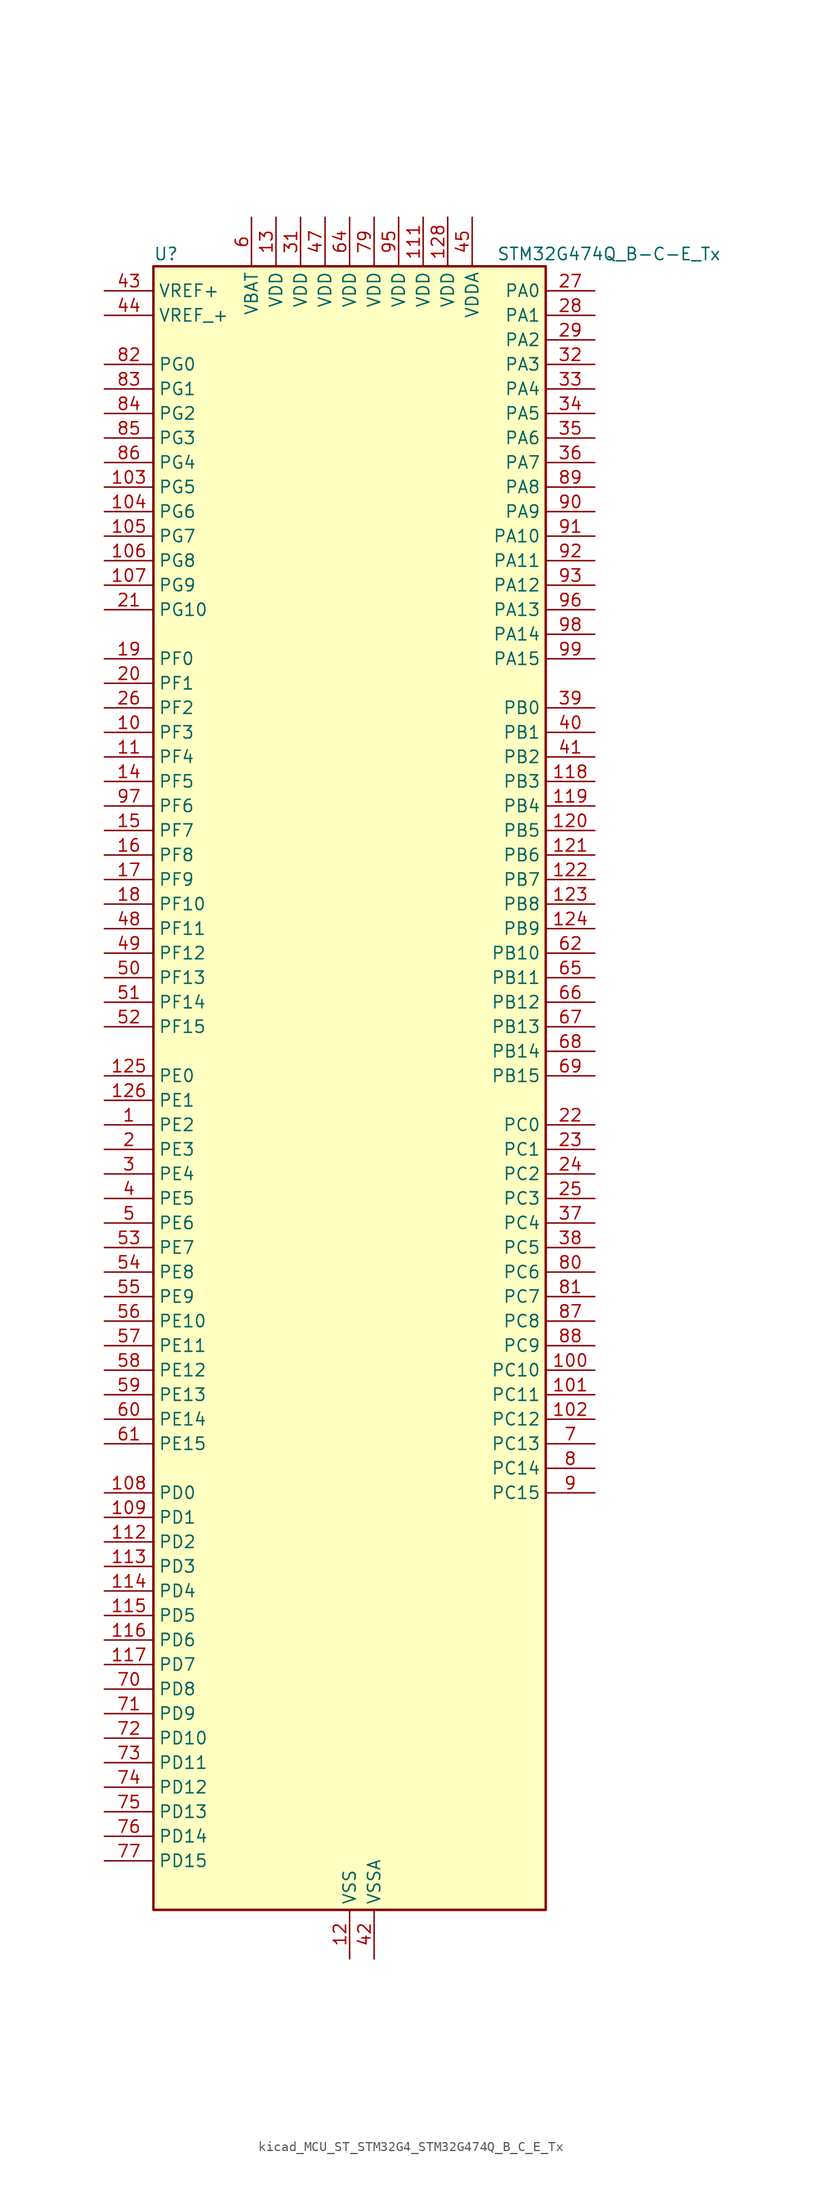
<source format=kicad_sym>
(kicad_symbol_lib
  (version 20220914)
  (generator kicad_symbol_editor)
  (symbol "kicad_MCU_ST_STM32G4_STM32G474Q_B_C_E_Tx"
    (property "Reference" "U"
      (at -20.32 87.63 0)
      (effects (font (size 1.27 1.27)) (justify left)))
    (property "Value" "STM32G474Q_B-C-E_Tx"
      (at 15.24 87.63 0)
      (effects (font (size 1.27 1.27)) (justify left)))
    (property "ki_locked" ""
      (at 0 0 0)
      (effects (font (size 1.27 1.27))))
    (symbol "kicad_MCU_ST_STM32G4_STM32G474Q_B_C_E_Tx_0_1"
      (rectangle (start -20.32 -83.82) (end 20.32 86.36) (stroke (width 0.254) (type default)) (fill (type background))))
    (symbol "kicad_MCU_ST_STM32G4_STM32G474Q_B_C_E_Tx_1_1"
      (pin bidirectional line (at -25.4 -2.54 0) (length 5.08) (name "PE2" (effects (font (size 1.27 1.27)))) (number "1" (effects (font (size 1.27 1.27)))) (alternate "ADC3_EXTI2" bidirectional line) (alternate "ADC4_EXTI2" bidirectional line) (alternate "ADC5_EXTI2" bidirectional line) (alternate "FMC_A23" bidirectional line) (alternate "SAI1_CK1" bidirectional line) (alternate "SAI1_MCLK_A" bidirectional line) (alternate "SPI4_SCK" bidirectional line) (alternate "SYS_TRACECLK" bidirectional line) (alternate "TIM20_CH1" bidirectional line) (alternate "TIM3_CH1" bidirectional line))
      (pin bidirectional line (at -25.4 38.1 0) (length 5.08) (name "PF3" (effects (font (size 1.27 1.27)))) (number "10" (effects (font (size 1.27 1.27)))) (alternate "ADC3_EXTI3" bidirectional line) (alternate "ADC4_EXTI3" bidirectional line) (alternate "ADC5_EXTI3" bidirectional line) (alternate "FMC_A3" bidirectional line) (alternate "I2C3_SCL" bidirectional line) (alternate "TIM20_CH4" bidirectional line))
      (pin bidirectional line (at 25.4 -27.94 180) (length 5.08) (name "PC10" (effects (font (size 1.27 1.27)))) (number "100" (effects (font (size 1.27 1.27)))) (alternate "DAC1_EXTI10" bidirectional line) (alternate "DAC2_EXTI10" bidirectional line) (alternate "DAC3_EXTI10" bidirectional line) (alternate "DAC4_EXTI10" bidirectional line) (alternate "HRTIM1_FLT6" bidirectional line) (alternate "I2S3_CK" bidirectional line) (alternate "SPI3_SCK" bidirectional line) (alternate "TIM8_CH1N" bidirectional line) (alternate "UART4_TX" bidirectional line) (alternate "USART3_TX" bidirectional line))
      (pin bidirectional line (at 25.4 -30.48 180) (length 5.08) (name "PC11" (effects (font (size 1.27 1.27)))) (number "101" (effects (font (size 1.27 1.27)))) (alternate "ADC1_EXTI11" bidirectional line) (alternate "ADC2_EXTI11" bidirectional line) (alternate "HRTIM1_EEV2" bidirectional line) (alternate "I2C3_SDA" bidirectional line) (alternate "SPI3_MISO" bidirectional line) (alternate "TIM8_CH2N" bidirectional line) (alternate "UART4_RX" bidirectional line) (alternate "USART3_RX" bidirectional line))
      (pin bidirectional line (at 25.4 -33.02 180) (length 5.08) (name "PC12" (effects (font (size 1.27 1.27)))) (number "102" (effects (font (size 1.27 1.27)))) (alternate "HRTIM1_EEV1" bidirectional line) (alternate "I2S3_SD" bidirectional line) (alternate "SPI3_MOSI" bidirectional line) (alternate "TIM5_CH2" bidirectional line) (alternate "TIM8_CH3N" bidirectional line) (alternate "UART5_TX" bidirectional line) (alternate "UCPD1_FRSTX1" bidirectional line) (alternate "UCPD1_FRSTX2" bidirectional line) (alternate "USART3_CK" bidirectional line))
      (pin bidirectional line (at -25.4 63.5 0) (length 5.08) (name "PG5" (effects (font (size 1.27 1.27)))) (number "103" (effects (font (size 1.27 1.27)))) (alternate "FMC_A15" bidirectional line) (alternate "LPUART1_CTS" bidirectional line) (alternate "SPI1_NSS" bidirectional line) (alternate "TIM20_ETR" bidirectional line))
      (pin bidirectional line (at -25.4 60.96 0) (length 5.08) (name "PG6" (effects (font (size 1.27 1.27)))) (number "104" (effects (font (size 1.27 1.27)))) (alternate "FMC_INT" bidirectional line) (alternate "I2C3_SMBA" bidirectional line) (alternate "LPUART1_DE" bidirectional line) (alternate "LPUART1_RTS" bidirectional line) (alternate "TIM20_BKIN" bidirectional line))
      (pin bidirectional line (at -25.4 58.42 0) (length 5.08) (name "PG7" (effects (font (size 1.27 1.27)))) (number "105" (effects (font (size 1.27 1.27)))) (alternate "FMC_INT" bidirectional line) (alternate "I2C3_SCL" bidirectional line) (alternate "LPUART1_TX" bidirectional line) (alternate "SAI1_CK1" bidirectional line) (alternate "SAI1_MCLK_A" bidirectional line))
      (pin bidirectional line (at -25.4 55.88 0) (length 5.08) (name "PG8" (effects (font (size 1.27 1.27)))) (number "106" (effects (font (size 1.27 1.27)))) (alternate "FMC_NE3" bidirectional line) (alternate "I2C3_SDA" bidirectional line) (alternate "LPUART1_RX" bidirectional line))
      (pin bidirectional line (at -25.4 53.34 0) (length 5.08) (name "PG9" (effects (font (size 1.27 1.27)))) (number "107" (effects (font (size 1.27 1.27)))) (alternate "DAC1_EXTI9" bidirectional line) (alternate "DAC2_EXTI9" bidirectional line) (alternate "DAC3_EXTI9" bidirectional line) (alternate "DAC4_EXTI9" bidirectional line) (alternate "FMC_NCE" bidirectional line) (alternate "FMC_NE2" bidirectional line) (alternate "SPI3_SCK" bidirectional line) (alternate "TIM15_CH1N" bidirectional line) (alternate "USART1_TX" bidirectional line))
      (pin bidirectional line (at -25.4 -40.64 0) (length 5.08) (name "PD0" (effects (font (size 1.27 1.27)))) (number "108" (effects (font (size 1.27 1.27)))) (alternate "FDCAN1_RX" bidirectional line) (alternate "FMC_D2" bidirectional line) (alternate "FMC_DA2" bidirectional line) (alternate "TIM8_CH4N" bidirectional line))
      (pin bidirectional line (at -25.4 -43.18 0) (length 5.08) (name "PD1" (effects (font (size 1.27 1.27)))) (number "109" (effects (font (size 1.27 1.27)))) (alternate "FDCAN1_TX" bidirectional line) (alternate "FMC_D3" bidirectional line) (alternate "FMC_DA3" bidirectional line) (alternate "TIM8_BKIN2" bidirectional line) (alternate "TIM8_CH4" bidirectional line))
      (pin bidirectional line (at -25.4 35.56 0) (length 5.08) (name "PF4" (effects (font (size 1.27 1.27)))) (number "11" (effects (font (size 1.27 1.27)))) (alternate "COMP1_OUT" bidirectional line) (alternate "FMC_A4" bidirectional line) (alternate "I2C3_SDA" bidirectional line) (alternate "TIM20_CH1N" bidirectional line))
      (pin passive line (at 0 -88.9 90) (length 5.08) hide (name "VSS" (effects (font (size 1.27 1.27)))) (number "110" (effects (font (size 1.27 1.27)))))
      (pin power_in line (at 7.62 91.44 270) (length 5.08) (name "VDD" (effects (font (size 1.27 1.27)))) (number "111" (effects (font (size 1.27 1.27)))))
      (pin bidirectional line (at -25.4 -45.72 0) (length 5.08) (name "PD2" (effects (font (size 1.27 1.27)))) (number "112" (effects (font (size 1.27 1.27)))) (alternate "ADC3_EXTI2" bidirectional line) (alternate "ADC4_EXTI2" bidirectional line) (alternate "ADC5_EXTI2" bidirectional line) (alternate "TIM3_ETR" bidirectional line) (alternate "TIM8_BKIN" bidirectional line) (alternate "UART5_RX" bidirectional line))
      (pin bidirectional line (at -25.4 -48.26 0) (length 5.08) (name "PD3" (effects (font (size 1.27 1.27)))) (number "113" (effects (font (size 1.27 1.27)))) (alternate "ADC3_EXTI3" bidirectional line) (alternate "ADC4_EXTI3" bidirectional line) (alternate "ADC5_EXTI3" bidirectional line) (alternate "FMC_CLK" bidirectional line) (alternate "QUADSPI1_BK2_NCS" bidirectional line) (alternate "TIM2_CH1" bidirectional line) (alternate "TIM2_ETR" bidirectional line) (alternate "USART2_CTS" bidirectional line) (alternate "USART2_NSS" bidirectional line))
      (pin bidirectional line (at -25.4 -50.8 0) (length 5.08) (name "PD4" (effects (font (size 1.27 1.27)))) (number "114" (effects (font (size 1.27 1.27)))) (alternate "FMC_NOE" bidirectional line) (alternate "QUADSPI1_BK2_IO0" bidirectional line) (alternate "TIM2_CH2" bidirectional line) (alternate "USART2_DE" bidirectional line) (alternate "USART2_RTS" bidirectional line))
      (pin bidirectional line (at -25.4 -53.34 0) (length 5.08) (name "PD5" (effects (font (size 1.27 1.27)))) (number "115" (effects (font (size 1.27 1.27)))) (alternate "FMC_NWE" bidirectional line) (alternate "QUADSPI1_BK2_IO1" bidirectional line) (alternate "USART2_TX" bidirectional line))
      (pin bidirectional line (at -25.4 -55.88 0) (length 5.08) (name "PD6" (effects (font (size 1.27 1.27)))) (number "116" (effects (font (size 1.27 1.27)))) (alternate "FMC_NWAIT" bidirectional line) (alternate "QUADSPI1_BK2_IO2" bidirectional line) (alternate "SAI1_D1" bidirectional line) (alternate "SAI1_SD_A" bidirectional line) (alternate "TIM2_CH4" bidirectional line) (alternate "USART2_RX" bidirectional line))
      (pin bidirectional line (at -25.4 -58.42 0) (length 5.08) (name "PD7" (effects (font (size 1.27 1.27)))) (number "117" (effects (font (size 1.27 1.27)))) (alternate "FMC_NCE" bidirectional line) (alternate "FMC_NE1" bidirectional line) (alternate "QUADSPI1_BK2_IO3" bidirectional line) (alternate "TIM2_CH3" bidirectional line) (alternate "USART2_CK" bidirectional line))
      (pin bidirectional line (at 25.4 33.02 180) (length 5.08) (name "PB3" (effects (font (size 1.27 1.27)))) (number "118" (effects (font (size 1.27 1.27)))) (alternate "ADC3_EXTI3" bidirectional line) (alternate "ADC4_EXTI3" bidirectional line) (alternate "ADC5_EXTI3" bidirectional line) (alternate "CRS_SYNC" bidirectional line) (alternate "FDCAN3_RX" bidirectional line) (alternate "HRTIM1_EEV9" bidirectional line) (alternate "HRTIM1_SCOUT" bidirectional line) (alternate "I2S3_CK" bidirectional line) (alternate "SAI1_SCK_B" bidirectional line) (alternate "SPI1_SCK" bidirectional line) (alternate "SPI3_SCK" bidirectional line) (alternate "SYS_JTDO-SWO" bidirectional line) (alternate "TIM2_CH2" bidirectional line) (alternate "TIM3_ETR" bidirectional line) (alternate "TIM4_ETR" bidirectional line) (alternate "TIM8_CH1N" bidirectional line) (alternate "USART2_TX" bidirectional line))
      (pin bidirectional line (at 25.4 30.48 180) (length 5.08) (name "PB4" (effects (font (size 1.27 1.27)))) (number "119" (effects (font (size 1.27 1.27)))) (alternate "FDCAN3_TX" bidirectional line) (alternate "HRTIM1_EEV7" bidirectional line) (alternate "SAI1_MCLK_B" bidirectional line) (alternate "SPI1_MISO" bidirectional line) (alternate "SPI3_MISO" bidirectional line) (alternate "SYS_JTRST" bidirectional line) (alternate "TIM16_CH1" bidirectional line) (alternate "TIM17_BKIN" bidirectional line) (alternate "TIM3_CH1" bidirectional line) (alternate "TIM8_CH2N" bidirectional line) (alternate "UART5_DE" bidirectional line) (alternate "UART5_RTS" bidirectional line) (alternate "UCPD1_CC2" bidirectional line) (alternate "USART2_RX" bidirectional line))
      (pin power_in line (at 0 -88.9 90) (length 5.08) (name "VSS" (effects (font (size 1.27 1.27)))) (number "12" (effects (font (size 1.27 1.27)))))
      (pin bidirectional line (at 25.4 27.94 180) (length 5.08) (name "PB5" (effects (font (size 1.27 1.27)))) (number "120" (effects (font (size 1.27 1.27)))) (alternate "FDCAN2_RX" bidirectional line) (alternate "HRTIM1_EEV6" bidirectional line) (alternate "I2C1_SMBA" bidirectional line) (alternate "I2C3_SDA" bidirectional line) (alternate "I2S3_SD" bidirectional line) (alternate "LPTIM1_IN1" bidirectional line) (alternate "SAI1_SD_B" bidirectional line) (alternate "SPI1_MOSI" bidirectional line) (alternate "SPI3_MOSI" bidirectional line) (alternate "TIM16_BKIN" bidirectional line) (alternate "TIM17_CH1" bidirectional line) (alternate "TIM3_CH2" bidirectional line) (alternate "TIM8_CH3N" bidirectional line) (alternate "UART5_CTS" bidirectional line) (alternate "USART2_CK" bidirectional line))
      (pin bidirectional line (at 25.4 25.4 180) (length 5.08) (name "PB6" (effects (font (size 1.27 1.27)))) (number "121" (effects (font (size 1.27 1.27)))) (alternate "COMP4_OUT" bidirectional line) (alternate "FDCAN2_TX" bidirectional line) (alternate "HRTIM1_EEV4" bidirectional line) (alternate "HRTIM1_SCIN" bidirectional line) (alternate "LPTIM1_ETR" bidirectional line) (alternate "SAI1_FS_B" bidirectional line) (alternate "TIM16_CH1N" bidirectional line) (alternate "TIM4_CH1" bidirectional line) (alternate "TIM8_BKIN2" bidirectional line) (alternate "TIM8_CH1" bidirectional line) (alternate "TIM8_ETR" bidirectional line) (alternate "UCPD1_CC1" bidirectional line) (alternate "USART1_TX" bidirectional line))
      (pin bidirectional line (at 25.4 22.86 180) (length 5.08) (name "PB7" (effects (font (size 1.27 1.27)))) (number "122" (effects (font (size 1.27 1.27)))) (alternate "COMP3_OUT" bidirectional line) (alternate "FMC_NL" bidirectional line) (alternate "HRTIM1_EEV3" bidirectional line) (alternate "I2C1_SDA" bidirectional line) (alternate "I2C4_SDA" bidirectional line) (alternate "LPTIM1_IN2" bidirectional line) (alternate "SYS_PVD_IN" bidirectional line) (alternate "TIM17_CH1N" bidirectional line) (alternate "TIM3_CH4" bidirectional line) (alternate "TIM4_CH2" bidirectional line) (alternate "TIM8_BKIN" bidirectional line) (alternate "UART4_CTS" bidirectional line) (alternate "USART1_RX" bidirectional line))
      (pin bidirectional line (at 25.4 20.32 180) (length 5.08) (name "PB8" (effects (font (size 1.27 1.27)))) (number "123" (effects (font (size 1.27 1.27)))) (alternate "COMP1_OUT" bidirectional line) (alternate "FDCAN1_RX" bidirectional line) (alternate "HRTIM1_EEV8" bidirectional line) (alternate "I2C1_SCL" bidirectional line) (alternate "SAI1_CK1" bidirectional line) (alternate "SAI1_MCLK_A" bidirectional line) (alternate "TIM16_CH1" bidirectional line) (alternate "TIM1_BKIN" bidirectional line) (alternate "TIM4_CH3" bidirectional line) (alternate "TIM8_CH2" bidirectional line) (alternate "USART3_RX" bidirectional line))
      (pin bidirectional line (at 25.4 17.78 180) (length 5.08) (name "PB9" (effects (font (size 1.27 1.27)))) (number "124" (effects (font (size 1.27 1.27)))) (alternate "COMP2_OUT" bidirectional line) (alternate "DAC1_EXTI9" bidirectional line) (alternate "DAC2_EXTI9" bidirectional line) (alternate "DAC3_EXTI9" bidirectional line) (alternate "DAC4_EXTI9" bidirectional line) (alternate "FDCAN1_TX" bidirectional line) (alternate "HRTIM1_EEV5" bidirectional line) (alternate "I2C1_SDA" bidirectional line) (alternate "IR_OUT" bidirectional line) (alternate "SAI1_D2" bidirectional line) (alternate "SAI1_FS_A" bidirectional line) (alternate "TIM17_CH1" bidirectional line) (alternate "TIM1_CH3N" bidirectional line) (alternate "TIM4_CH4" bidirectional line) (alternate "TIM8_CH3" bidirectional line) (alternate "USART3_TX" bidirectional line))
      (pin bidirectional line (at -25.4 2.54 0) (length 5.08) (name "PE0" (effects (font (size 1.27 1.27)))) (number "125" (effects (font (size 1.27 1.27)))) (alternate "FMC_NBL0" bidirectional line) (alternate "TIM16_CH1" bidirectional line) (alternate "TIM20_CH4N" bidirectional line) (alternate "TIM20_ETR" bidirectional line) (alternate "TIM4_ETR" bidirectional line) (alternate "USART1_TX" bidirectional line))
      (pin bidirectional line (at -25.4 0 0) (length 5.08) (name "PE1" (effects (font (size 1.27 1.27)))) (number "126" (effects (font (size 1.27 1.27)))) (alternate "FMC_NBL1" bidirectional line) (alternate "TIM17_CH1" bidirectional line) (alternate "TIM20_CH4" bidirectional line) (alternate "USART1_RX" bidirectional line))
      (pin passive line (at 0 -88.9 90) (length 5.08) hide (name "VSS" (effects (font (size 1.27 1.27)))) (number "127" (effects (font (size 1.27 1.27)))))
      (pin power_in line (at 10.16 91.44 270) (length 5.08) (name "VDD" (effects (font (size 1.27 1.27)))) (number "128" (effects (font (size 1.27 1.27)))))
      (pin power_in line (at -7.62 91.44 270) (length 5.08) (name "VDD" (effects (font (size 1.27 1.27)))) (number "13" (effects (font (size 1.27 1.27)))))
      (pin bidirectional line (at -25.4 33.02 0) (length 5.08) (name "PF5" (effects (font (size 1.27 1.27)))) (number "14" (effects (font (size 1.27 1.27)))) (alternate "FMC_A5" bidirectional line) (alternate "TIM20_CH2N" bidirectional line))
      (pin bidirectional line (at -25.4 27.94 0) (length 5.08) (name "PF7" (effects (font (size 1.27 1.27)))) (number "15" (effects (font (size 1.27 1.27)))) (alternate "FMC_A1" bidirectional line) (alternate "QUADSPI1_BK1_IO2" bidirectional line) (alternate "SAI1_MCLK_B" bidirectional line) (alternate "TIM20_BKIN" bidirectional line) (alternate "TIM5_CH2" bidirectional line))
      (pin bidirectional line (at -25.4 25.4 0) (length 5.08) (name "PF8" (effects (font (size 1.27 1.27)))) (number "16" (effects (font (size 1.27 1.27)))) (alternate "FMC_A24" bidirectional line) (alternate "QUADSPI1_BK1_IO0" bidirectional line) (alternate "SAI1_SCK_B" bidirectional line) (alternate "TIM20_BKIN2" bidirectional line) (alternate "TIM5_CH3" bidirectional line))
      (pin bidirectional line (at -25.4 22.86 0) (length 5.08) (name "PF9" (effects (font (size 1.27 1.27)))) (number "17" (effects (font (size 1.27 1.27)))) (alternate "DAC1_EXTI9" bidirectional line) (alternate "DAC2_EXTI9" bidirectional line) (alternate "DAC3_EXTI9" bidirectional line) (alternate "DAC4_EXTI9" bidirectional line) (alternate "FMC_A25" bidirectional line) (alternate "QUADSPI1_BK1_IO1" bidirectional line) (alternate "SAI1_FS_B" bidirectional line) (alternate "SPI2_SCK" bidirectional line) (alternate "TIM15_CH1" bidirectional line) (alternate "TIM20_BKIN" bidirectional line) (alternate "TIM5_CH4" bidirectional line))
      (pin bidirectional line (at -25.4 20.32 0) (length 5.08) (name "PF10" (effects (font (size 1.27 1.27)))) (number "18" (effects (font (size 1.27 1.27)))) (alternate "DAC1_EXTI10" bidirectional line) (alternate "DAC2_EXTI10" bidirectional line) (alternate "DAC3_EXTI10" bidirectional line) (alternate "DAC4_EXTI10" bidirectional line) (alternate "FMC_A0" bidirectional line) (alternate "QUADSPI1_CLK" bidirectional line) (alternate "SAI1_D3" bidirectional line) (alternate "SPI2_SCK" bidirectional line) (alternate "TIM15_CH2" bidirectional line) (alternate "TIM20_BKIN2" bidirectional line))
      (pin bidirectional line (at -25.4 45.72 0) (length 5.08) (name "PF0" (effects (font (size 1.27 1.27)))) (number "19" (effects (font (size 1.27 1.27)))) (alternate "ADC1_IN10" bidirectional line) (alternate "I2C2_SDA" bidirectional line) (alternate "I2S2_WS" bidirectional line) (alternate "RCC_OSC_IN" bidirectional line) (alternate "SPI2_NSS" bidirectional line) (alternate "TIM1_CH3N" bidirectional line))
      (pin bidirectional line (at -25.4 -5.08 0) (length 5.08) (name "PE3" (effects (font (size 1.27 1.27)))) (number "2" (effects (font (size 1.27 1.27)))) (alternate "ADC3_EXTI3" bidirectional line) (alternate "ADC4_EXTI3" bidirectional line) (alternate "ADC5_EXTI3" bidirectional line) (alternate "FMC_A19" bidirectional line) (alternate "SAI1_SD_B" bidirectional line) (alternate "SPI4_NSS" bidirectional line) (alternate "SYS_TRACED0" bidirectional line) (alternate "TIM20_CH2" bidirectional line) (alternate "TIM3_CH2" bidirectional line))
      (pin bidirectional line (at -25.4 43.18 0) (length 5.08) (name "PF1" (effects (font (size 1.27 1.27)))) (number "20" (effects (font (size 1.27 1.27)))) (alternate "ADC2_IN10" bidirectional line) (alternate "COMP3_INM" bidirectional line) (alternate "I2S2_CK" bidirectional line) (alternate "RCC_OSC_OUT" bidirectional line) (alternate "SPI2_SCK" bidirectional line))
      (pin bidirectional line (at -25.4 50.8 0) (length 5.08) (name "PG10" (effects (font (size 1.27 1.27)))) (number "21" (effects (font (size 1.27 1.27)))) (alternate "DAC1_EXTI10" bidirectional line) (alternate "DAC2_EXTI10" bidirectional line) (alternate "DAC3_EXTI10" bidirectional line) (alternate "DAC4_EXTI10" bidirectional line) (alternate "RCC_MCO" bidirectional line))
      (pin bidirectional line (at 25.4 -2.54 180) (length 5.08) (name "PC0" (effects (font (size 1.27 1.27)))) (number "22" (effects (font (size 1.27 1.27)))) (alternate "ADC1_IN6" bidirectional line) (alternate "ADC2_IN6" bidirectional line) (alternate "COMP3_INM" bidirectional line) (alternate "LPTIM1_IN1" bidirectional line) (alternate "LPUART1_RX" bidirectional line) (alternate "TIM1_CH1" bidirectional line))
      (pin bidirectional line (at 25.4 -5.08 180) (length 5.08) (name "PC1" (effects (font (size 1.27 1.27)))) (number "23" (effects (font (size 1.27 1.27)))) (alternate "ADC1_IN7" bidirectional line) (alternate "ADC2_IN7" bidirectional line) (alternate "COMP3_INP" bidirectional line) (alternate "LPTIM1_OUT" bidirectional line) (alternate "LPUART1_TX" bidirectional line) (alternate "QUADSPI1_BK2_IO0" bidirectional line) (alternate "SAI1_SD_A" bidirectional line) (alternate "TIM1_CH2" bidirectional line))
      (pin bidirectional line (at 25.4 -7.62 180) (length 5.08) (name "PC2" (effects (font (size 1.27 1.27)))) (number "24" (effects (font (size 1.27 1.27)))) (alternate "ADC1_IN8" bidirectional line) (alternate "ADC2_IN8" bidirectional line) (alternate "ADC3_EXTI2" bidirectional line) (alternate "ADC4_EXTI2" bidirectional line) (alternate "ADC5_EXTI2" bidirectional line) (alternate "COMP3_OUT" bidirectional line) (alternate "LPTIM1_IN2" bidirectional line) (alternate "QUADSPI1_BK2_IO1" bidirectional line) (alternate "TIM1_CH3" bidirectional line) (alternate "TIM20_CH2" bidirectional line))
      (pin bidirectional line (at 25.4 -10.16 180) (length 5.08) (name "PC3" (effects (font (size 1.27 1.27)))) (number "25" (effects (font (size 1.27 1.27)))) (alternate "ADC1_IN9" bidirectional line) (alternate "ADC2_IN9" bidirectional line) (alternate "ADC3_EXTI3" bidirectional line) (alternate "ADC4_EXTI3" bidirectional line) (alternate "ADC5_EXTI3" bidirectional line) (alternate "LPTIM1_ETR" bidirectional line) (alternate "OPAMP5_VINP" bidirectional line) (alternate "OPAMP5_VINP_SEC" bidirectional line) (alternate "QUADSPI1_BK2_IO2" bidirectional line) (alternate "SAI1_D1" bidirectional line) (alternate "SAI1_SD_A" bidirectional line) (alternate "TIM1_BKIN2" bidirectional line) (alternate "TIM1_CH4" bidirectional line))
      (pin bidirectional line (at -25.4 40.64 0) (length 5.08) (name "PF2" (effects (font (size 1.27 1.27)))) (number "26" (effects (font (size 1.27 1.27)))) (alternate "ADC3_EXTI2" bidirectional line) (alternate "ADC4_EXTI2" bidirectional line) (alternate "ADC5_EXTI2" bidirectional line) (alternate "FMC_A2" bidirectional line) (alternate "I2C2_SMBA" bidirectional line) (alternate "TIM20_CH3" bidirectional line))
      (pin bidirectional line (at 25.4 83.82 180) (length 5.08) (name "PA0" (effects (font (size 1.27 1.27)))) (number "27" (effects (font (size 1.27 1.27)))) (alternate "ADC1_IN1" bidirectional line) (alternate "ADC2_IN1" bidirectional line) (alternate "COMP1_INM" bidirectional line) (alternate "COMP1_OUT" bidirectional line) (alternate "COMP3_INP" bidirectional line) (alternate "RTC_TAMP2" bidirectional line) (alternate "SYS_WKUP1" bidirectional line) (alternate "TIM2_CH1" bidirectional line) (alternate "TIM2_ETR" bidirectional line) (alternate "TIM5_CH1" bidirectional line) (alternate "TIM8_BKIN" bidirectional line) (alternate "TIM8_ETR" bidirectional line) (alternate "USART2_CTS" bidirectional line) (alternate "USART2_NSS" bidirectional line))
      (pin bidirectional line (at 25.4 81.28 180) (length 5.08) (name "PA1" (effects (font (size 1.27 1.27)))) (number "28" (effects (font (size 1.27 1.27)))) (alternate "ADC1_IN2" bidirectional line) (alternate "ADC2_IN2" bidirectional line) (alternate "COMP1_INP" bidirectional line) (alternate "OPAMP1_VINP" bidirectional line) (alternate "OPAMP1_VINP_SEC" bidirectional line) (alternate "OPAMP3_VINP" bidirectional line) (alternate "OPAMP3_VINP_SEC" bidirectional line) (alternate "OPAMP6_VINM" bidirectional line) (alternate "OPAMP6_VINM0" bidirectional line) (alternate "OPAMP6_VINM_SEC" bidirectional line) (alternate "RTC_REFIN" bidirectional line) (alternate "TIM15_CH1N" bidirectional line) (alternate "TIM2_CH2" bidirectional line) (alternate "TIM5_CH2" bidirectional line) (alternate "USART2_DE" bidirectional line) (alternate "USART2_RTS" bidirectional line))
      (pin bidirectional line (at 25.4 78.74 180) (length 5.08) (name "PA2" (effects (font (size 1.27 1.27)))) (number "29" (effects (font (size 1.27 1.27)))) (alternate "ADC1_IN3" bidirectional line) (alternate "ADC3_EXTI2" bidirectional line) (alternate "ADC4_EXTI2" bidirectional line) (alternate "ADC5_EXTI2" bidirectional line) (alternate "COMP2_INM" bidirectional line) (alternate "COMP2_OUT" bidirectional line) (alternate "LPUART1_TX" bidirectional line) (alternate "OPAMP1_VOUT" bidirectional line) (alternate "QUADSPI1_BK1_NCS" bidirectional line) (alternate "RCC_LSCO" bidirectional line) (alternate "SYS_WKUP4" bidirectional line) (alternate "TIM15_CH1" bidirectional line) (alternate "TIM2_CH3" bidirectional line) (alternate "TIM5_CH3" bidirectional line) (alternate "UCPD1_FRSTX1" bidirectional line) (alternate "UCPD1_FRSTX2" bidirectional line) (alternate "USART2_TX" bidirectional line))
      (pin bidirectional line (at -25.4 -7.62 0) (length 5.08) (name "PE4" (effects (font (size 1.27 1.27)))) (number "3" (effects (font (size 1.27 1.27)))) (alternate "FMC_A20" bidirectional line) (alternate "SAI1_D2" bidirectional line) (alternate "SAI1_FS_A" bidirectional line) (alternate "SPI4_NSS" bidirectional line) (alternate "SYS_TRACED1" bidirectional line) (alternate "TIM20_CH1N" bidirectional line) (alternate "TIM3_CH3" bidirectional line))
      (pin passive line (at 0 -88.9 90) (length 5.08) hide (name "VSS" (effects (font (size 1.27 1.27)))) (number "30" (effects (font (size 1.27 1.27)))))
      (pin power_in line (at -5.08 91.44 270) (length 5.08) (name "VDD" (effects (font (size 1.27 1.27)))) (number "31" (effects (font (size 1.27 1.27)))))
      (pin bidirectional line (at 25.4 76.2 180) (length 5.08) (name "PA3" (effects (font (size 1.27 1.27)))) (number "32" (effects (font (size 1.27 1.27)))) (alternate "ADC1_IN4" bidirectional line) (alternate "ADC3_EXTI3" bidirectional line) (alternate "ADC4_EXTI3" bidirectional line) (alternate "ADC5_EXTI3" bidirectional line) (alternate "COMP2_INP" bidirectional line) (alternate "LPUART1_RX" bidirectional line) (alternate "OPAMP1_VINM" bidirectional line) (alternate "OPAMP1_VINM0" bidirectional line) (alternate "OPAMP1_VINM_SEC" bidirectional line) (alternate "OPAMP1_VINP" bidirectional line) (alternate "OPAMP1_VINP_SEC" bidirectional line) (alternate "OPAMP5_VINM" bidirectional line) (alternate "OPAMP5_VINM1" bidirectional line) (alternate "OPAMP5_VINM_SEC" bidirectional line) (alternate "QUADSPI1_CLK" bidirectional line) (alternate "SAI1_CK1" bidirectional line) (alternate "SAI1_MCLK_A" bidirectional line) (alternate "TIM15_CH2" bidirectional line) (alternate "TIM2_CH4" bidirectional line) (alternate "TIM5_CH4" bidirectional line) (alternate "USART2_RX" bidirectional line))
      (pin bidirectional line (at 25.4 73.66 180) (length 5.08) (name "PA4" (effects (font (size 1.27 1.27)))) (number "33" (effects (font (size 1.27 1.27)))) (alternate "ADC2_IN17" bidirectional line) (alternate "COMP1_INM" bidirectional line) (alternate "DAC1_OUT1" bidirectional line) (alternate "I2S3_WS" bidirectional line) (alternate "SAI1_FS_B" bidirectional line) (alternate "SPI1_NSS" bidirectional line) (alternate "SPI3_NSS" bidirectional line) (alternate "TIM3_CH2" bidirectional line) (alternate "USART2_CK" bidirectional line))
      (pin bidirectional line (at 25.4 71.12 180) (length 5.08) (name "PA5" (effects (font (size 1.27 1.27)))) (number "34" (effects (font (size 1.27 1.27)))) (alternate "ADC2_IN13" bidirectional line) (alternate "COMP2_INM" bidirectional line) (alternate "DAC1_OUT2" bidirectional line) (alternate "OPAMP2_VINM" bidirectional line) (alternate "OPAMP2_VINM0" bidirectional line) (alternate "OPAMP2_VINM_SEC" bidirectional line) (alternate "SPI1_SCK" bidirectional line) (alternate "TIM2_CH1" bidirectional line) (alternate "TIM2_ETR" bidirectional line) (alternate "UCPD1_FRSTX1" bidirectional line) (alternate "UCPD1_FRSTX2" bidirectional line))
      (pin bidirectional line (at 25.4 68.58 180) (length 5.08) (name "PA6" (effects (font (size 1.27 1.27)))) (number "35" (effects (font (size 1.27 1.27)))) (alternate "ADC2_IN3" bidirectional line) (alternate "COMP1_OUT" bidirectional line) (alternate "DAC2_OUT1" bidirectional line) (alternate "LPUART1_CTS" bidirectional line) (alternate "OPAMP2_VOUT" bidirectional line) (alternate "QUADSPI1_BK1_IO3" bidirectional line) (alternate "SPI1_MISO" bidirectional line) (alternate "TIM16_CH1" bidirectional line) (alternate "TIM1_BKIN" bidirectional line) (alternate "TIM3_CH1" bidirectional line) (alternate "TIM8_BKIN" bidirectional line))
      (pin bidirectional line (at 25.4 66.04 180) (length 5.08) (name "PA7" (effects (font (size 1.27 1.27)))) (number "36" (effects (font (size 1.27 1.27)))) (alternate "ADC2_IN4" bidirectional line) (alternate "COMP2_INP" bidirectional line) (alternate "COMP2_OUT" bidirectional line) (alternate "OPAMP1_VINP" bidirectional line) (alternate "OPAMP1_VINP_SEC" bidirectional line) (alternate "OPAMP2_VINP" bidirectional line) (alternate "OPAMP2_VINP_SEC" bidirectional line) (alternate "QUADSPI1_BK1_IO2" bidirectional line) (alternate "SPI1_MOSI" bidirectional line) (alternate "TIM17_CH1" bidirectional line) (alternate "TIM1_CH1N" bidirectional line) (alternate "TIM3_CH2" bidirectional line) (alternate "TIM8_CH1N" bidirectional line) (alternate "UCPD1_FRSTX1" bidirectional line) (alternate "UCPD1_FRSTX2" bidirectional line))
      (pin bidirectional line (at 25.4 -12.7 180) (length 5.08) (name "PC4" (effects (font (size 1.27 1.27)))) (number "37" (effects (font (size 1.27 1.27)))) (alternate "ADC2_IN5" bidirectional line) (alternate "I2C2_SCL" bidirectional line) (alternate "QUADSPI1_BK2_IO3" bidirectional line) (alternate "TIM1_ETR" bidirectional line) (alternate "USART1_TX" bidirectional line))
      (pin bidirectional line (at 25.4 -15.24 180) (length 5.08) (name "PC5" (effects (font (size 1.27 1.27)))) (number "38" (effects (font (size 1.27 1.27)))) (alternate "ADC2_IN11" bidirectional line) (alternate "HRTIM1_EEV10" bidirectional line) (alternate "OPAMP1_VINM" bidirectional line) (alternate "OPAMP1_VINM1" bidirectional line) (alternate "OPAMP1_VINM_SEC" bidirectional line) (alternate "OPAMP2_VINM" bidirectional line) (alternate "OPAMP2_VINM1" bidirectional line) (alternate "OPAMP2_VINM_SEC" bidirectional line) (alternate "SAI1_D3" bidirectional line) (alternate "SYS_WKUP5" bidirectional line) (alternate "TIM15_BKIN" bidirectional line) (alternate "TIM1_CH4N" bidirectional line) (alternate "USART1_RX" bidirectional line))
      (pin bidirectional line (at 25.4 40.64 180) (length 5.08) (name "PB0" (effects (font (size 1.27 1.27)))) (number "39" (effects (font (size 1.27 1.27)))) (alternate "ADC1_IN15" bidirectional line) (alternate "ADC3_IN12" bidirectional line) (alternate "COMP4_INP" bidirectional line) (alternate "HRTIM1_FLT5" bidirectional line) (alternate "OPAMP2_VINP" bidirectional line) (alternate "OPAMP2_VINP_SEC" bidirectional line) (alternate "OPAMP3_VINP" bidirectional line) (alternate "OPAMP3_VINP_SEC" bidirectional line) (alternate "QUADSPI1_BK1_IO1" bidirectional line) (alternate "TIM1_CH2N" bidirectional line) (alternate "TIM3_CH3" bidirectional line) (alternate "TIM8_CH2N" bidirectional line) (alternate "UCPD1_FRSTX1" bidirectional line) (alternate "UCPD1_FRSTX2" bidirectional line))
      (pin bidirectional line (at -25.4 -10.16 0) (length 5.08) (name "PE5" (effects (font (size 1.27 1.27)))) (number "4" (effects (font (size 1.27 1.27)))) (alternate "FMC_A21" bidirectional line) (alternate "SAI1_CK2" bidirectional line) (alternate "SAI1_SCK_A" bidirectional line) (alternate "SPI4_MISO" bidirectional line) (alternate "SYS_TRACED2" bidirectional line) (alternate "TIM20_CH2N" bidirectional line) (alternate "TIM3_CH4" bidirectional line))
      (pin bidirectional line (at 25.4 38.1 180) (length 5.08) (name "PB1" (effects (font (size 1.27 1.27)))) (number "40" (effects (font (size 1.27 1.27)))) (alternate "ADC1_IN12" bidirectional line) (alternate "ADC3_IN1" bidirectional line) (alternate "COMP1_INP" bidirectional line) (alternate "COMP4_OUT" bidirectional line) (alternate "HRTIM1_SCOUT" bidirectional line) (alternate "LPUART1_DE" bidirectional line) (alternate "LPUART1_RTS" bidirectional line) (alternate "OPAMP3_VOUT" bidirectional line) (alternate "OPAMP6_VINM" bidirectional line) (alternate "OPAMP6_VINM1" bidirectional line) (alternate "OPAMP6_VINM_SEC" bidirectional line) (alternate "QUADSPI1_BK1_IO0" bidirectional line) (alternate "TIM1_CH3N" bidirectional line) (alternate "TIM3_CH4" bidirectional line) (alternate "TIM8_CH3N" bidirectional line))
      (pin bidirectional line (at 25.4 35.56 180) (length 5.08) (name "PB2" (effects (font (size 1.27 1.27)))) (number "41" (effects (font (size 1.27 1.27)))) (alternate "ADC2_IN12" bidirectional line) (alternate "ADC3_EXTI2" bidirectional line) (alternate "ADC4_EXTI2" bidirectional line) (alternate "ADC5_EXTI2" bidirectional line) (alternate "COMP4_INM" bidirectional line) (alternate "HRTIM1_SCIN" bidirectional line) (alternate "I2C3_SMBA" bidirectional line) (alternate "LPTIM1_OUT" bidirectional line) (alternate "OPAMP3_VINM" bidirectional line) (alternate "OPAMP3_VINM0" bidirectional line) (alternate "OPAMP3_VINM_SEC" bidirectional line) (alternate "QUADSPI1_BK2_IO1" bidirectional line) (alternate "RTC_OUT2" bidirectional line) (alternate "TIM20_CH1" bidirectional line) (alternate "TIM5_CH1" bidirectional line))
      (pin power_in line (at 2.54 -88.9 90) (length 5.08) (name "VSSA" (effects (font (size 1.27 1.27)))) (number "42" (effects (font (size 1.27 1.27)))))
      (pin input line (at -25.4 83.82 0) (length 5.08) (name "VREF+" (effects (font (size 1.27 1.27)))) (number "43" (effects (font (size 1.27 1.27)))) (alternate "VREFBUF_OUT1" bidirectional line))
      (pin input line (at -25.4 81.28 0) (length 5.08) (name "VREF_+" (effects (font (size 1.27 1.27)))) (number "44" (effects (font (size 1.27 1.27)))) (alternate "VREFBUF_OUT2" bidirectional line))
      (pin power_in line (at 12.7 91.44 270) (length 5.08) (name "VDDA" (effects (font (size 1.27 1.27)))) (number "45" (effects (font (size 1.27 1.27)))))
      (pin passive line (at 0 -88.9 90) (length 5.08) hide (name "VSS" (effects (font (size 1.27 1.27)))) (number "46" (effects (font (size 1.27 1.27)))))
      (pin power_in line (at -2.54 91.44 270) (length 5.08) (name "VDD" (effects (font (size 1.27 1.27)))) (number "47" (effects (font (size 1.27 1.27)))))
      (pin bidirectional line (at -25.4 17.78 0) (length 5.08) (name "PF11" (effects (font (size 1.27 1.27)))) (number "48" (effects (font (size 1.27 1.27)))) (alternate "ADC1_EXTI11" bidirectional line) (alternate "ADC2_EXTI11" bidirectional line) (alternate "FMC_NE4" bidirectional line) (alternate "TIM20_ETR" bidirectional line))
      (pin bidirectional line (at -25.4 15.24 0) (length 5.08) (name "PF12" (effects (font (size 1.27 1.27)))) (number "49" (effects (font (size 1.27 1.27)))) (alternate "FMC_A6" bidirectional line) (alternate "TIM20_CH1" bidirectional line))
      (pin bidirectional line (at -25.4 -12.7 0) (length 5.08) (name "PE6" (effects (font (size 1.27 1.27)))) (number "5" (effects (font (size 1.27 1.27)))) (alternate "FMC_A22" bidirectional line) (alternate "RTC_TAMP3" bidirectional line) (alternate "SAI1_D1" bidirectional line) (alternate "SAI1_SD_A" bidirectional line) (alternate "SPI4_MOSI" bidirectional line) (alternate "SYS_TRACED3" bidirectional line) (alternate "SYS_WKUP3" bidirectional line) (alternate "TIM20_CH3N" bidirectional line))
      (pin bidirectional line (at -25.4 12.7 0) (length 5.08) (name "PF13" (effects (font (size 1.27 1.27)))) (number "50" (effects (font (size 1.27 1.27)))) (alternate "FMC_A7" bidirectional line) (alternate "I2C4_SMBA" bidirectional line) (alternate "TIM20_CH2" bidirectional line))
      (pin bidirectional line (at -25.4 10.16 0) (length 5.08) (name "PF14" (effects (font (size 1.27 1.27)))) (number "51" (effects (font (size 1.27 1.27)))) (alternate "FMC_A8" bidirectional line) (alternate "I2C4_SCL" bidirectional line) (alternate "TIM20_CH3" bidirectional line))
      (pin bidirectional line (at -25.4 7.62 0) (length 5.08) (name "PF15" (effects (font (size 1.27 1.27)))) (number "52" (effects (font (size 1.27 1.27)))) (alternate "ADC1_EXTI15" bidirectional line) (alternate "ADC2_EXTI15" bidirectional line) (alternate "FMC_A9" bidirectional line) (alternate "I2C4_SDA" bidirectional line) (alternate "TIM20_CH4" bidirectional line))
      (pin bidirectional line (at -25.4 -15.24 0) (length 5.08) (name "PE7" (effects (font (size 1.27 1.27)))) (number "53" (effects (font (size 1.27 1.27)))) (alternate "ADC3_IN4" bidirectional line) (alternate "COMP4_INP" bidirectional line) (alternate "FMC_D4" bidirectional line) (alternate "FMC_DA4" bidirectional line) (alternate "SAI1_SD_B" bidirectional line) (alternate "TIM1_ETR" bidirectional line))
      (pin bidirectional line (at -25.4 -17.78 0) (length 5.08) (name "PE8" (effects (font (size 1.27 1.27)))) (number "54" (effects (font (size 1.27 1.27)))) (alternate "ADC3_IN6" bidirectional line) (alternate "ADC4_IN6" bidirectional line) (alternate "ADC5_IN6" bidirectional line) (alternate "COMP4_INM" bidirectional line) (alternate "FMC_D5" bidirectional line) (alternate "FMC_DA5" bidirectional line) (alternate "SAI1_SCK_B" bidirectional line) (alternate "TIM1_CH1N" bidirectional line) (alternate "TIM5_CH3" bidirectional line))
      (pin bidirectional line (at -25.4 -20.32 0) (length 5.08) (name "PE9" (effects (font (size 1.27 1.27)))) (number "55" (effects (font (size 1.27 1.27)))) (alternate "ADC3_IN2" bidirectional line) (alternate "DAC1_EXTI9" bidirectional line) (alternate "DAC2_EXTI9" bidirectional line) (alternate "DAC3_EXTI9" bidirectional line) (alternate "DAC4_EXTI9" bidirectional line) (alternate "FMC_D6" bidirectional line) (alternate "FMC_DA6" bidirectional line) (alternate "SAI1_FS_B" bidirectional line) (alternate "TIM1_CH1" bidirectional line) (alternate "TIM5_CH4" bidirectional line))
      (pin bidirectional line (at -25.4 -22.86 0) (length 5.08) (name "PE10" (effects (font (size 1.27 1.27)))) (number "56" (effects (font (size 1.27 1.27)))) (alternate "ADC3_IN14" bidirectional line) (alternate "ADC4_IN14" bidirectional line) (alternate "ADC5_IN14" bidirectional line) (alternate "DAC1_EXTI10" bidirectional line) (alternate "DAC2_EXTI10" bidirectional line) (alternate "DAC3_EXTI10" bidirectional line) (alternate "DAC4_EXTI10" bidirectional line) (alternate "FMC_D7" bidirectional line) (alternate "FMC_DA7" bidirectional line) (alternate "QUADSPI1_CLK" bidirectional line) (alternate "SAI1_MCLK_B" bidirectional line) (alternate "TIM1_CH2N" bidirectional line))
      (pin bidirectional line (at -25.4 -25.4 0) (length 5.08) (name "PE11" (effects (font (size 1.27 1.27)))) (number "57" (effects (font (size 1.27 1.27)))) (alternate "ADC1_EXTI11" bidirectional line) (alternate "ADC2_EXTI11" bidirectional line) (alternate "ADC3_IN15" bidirectional line) (alternate "ADC4_IN15" bidirectional line) (alternate "ADC5_IN15" bidirectional line) (alternate "FMC_D8" bidirectional line) (alternate "FMC_DA8" bidirectional line) (alternate "QUADSPI1_BK1_NCS" bidirectional line) (alternate "SPI4_NSS" bidirectional line) (alternate "TIM1_CH2" bidirectional line))
      (pin bidirectional line (at -25.4 -27.94 0) (length 5.08) (name "PE12" (effects (font (size 1.27 1.27)))) (number "58" (effects (font (size 1.27 1.27)))) (alternate "ADC3_IN16" bidirectional line) (alternate "ADC4_IN16" bidirectional line) (alternate "ADC5_IN16" bidirectional line) (alternate "FMC_D9" bidirectional line) (alternate "FMC_DA9" bidirectional line) (alternate "QUADSPI1_BK1_IO0" bidirectional line) (alternate "SPI4_SCK" bidirectional line) (alternate "TIM1_CH3N" bidirectional line))
      (pin bidirectional line (at -25.4 -30.48 0) (length 5.08) (name "PE13" (effects (font (size 1.27 1.27)))) (number "59" (effects (font (size 1.27 1.27)))) (alternate "ADC3_IN3" bidirectional line) (alternate "FMC_D10" bidirectional line) (alternate "FMC_DA10" bidirectional line) (alternate "QUADSPI1_BK1_IO1" bidirectional line) (alternate "SPI4_MISO" bidirectional line) (alternate "TIM1_CH3" bidirectional line))
      (pin power_in line (at -10.16 91.44 270) (length 5.08) (name "VBAT" (effects (font (size 1.27 1.27)))) (number "6" (effects (font (size 1.27 1.27)))))
      (pin bidirectional line (at -25.4 -33.02 0) (length 5.08) (name "PE14" (effects (font (size 1.27 1.27)))) (number "60" (effects (font (size 1.27 1.27)))) (alternate "ADC4_IN1" bidirectional line) (alternate "FMC_D11" bidirectional line) (alternate "FMC_DA11" bidirectional line) (alternate "QUADSPI1_BK1_IO2" bidirectional line) (alternate "SPI4_MOSI" bidirectional line) (alternate "TIM1_BKIN2" bidirectional line) (alternate "TIM1_CH4" bidirectional line))
      (pin bidirectional line (at -25.4 -35.56 0) (length 5.08) (name "PE15" (effects (font (size 1.27 1.27)))) (number "61" (effects (font (size 1.27 1.27)))) (alternate "ADC1_EXTI15" bidirectional line) (alternate "ADC2_EXTI15" bidirectional line) (alternate "ADC4_IN2" bidirectional line) (alternate "FMC_D12" bidirectional line) (alternate "FMC_DA12" bidirectional line) (alternate "QUADSPI1_BK1_IO3" bidirectional line) (alternate "TIM1_BKIN" bidirectional line) (alternate "TIM1_CH4N" bidirectional line) (alternate "USART3_RX" bidirectional line))
      (pin bidirectional line (at 25.4 15.24 180) (length 5.08) (name "PB10" (effects (font (size 1.27 1.27)))) (number "62" (effects (font (size 1.27 1.27)))) (alternate "COMP5_INM" bidirectional line) (alternate "DAC1_EXTI10" bidirectional line) (alternate "DAC2_EXTI10" bidirectional line) (alternate "DAC3_EXTI10" bidirectional line) (alternate "DAC4_EXTI10" bidirectional line) (alternate "HRTIM1_FLT3" bidirectional line) (alternate "LPUART1_RX" bidirectional line) (alternate "OPAMP3_VINM" bidirectional line) (alternate "OPAMP3_VINM1" bidirectional line) (alternate "OPAMP3_VINM_SEC" bidirectional line) (alternate "OPAMP4_VINM" bidirectional line) (alternate "OPAMP4_VINM0" bidirectional line) (alternate "OPAMP4_VINM_SEC" bidirectional line) (alternate "QUADSPI1_CLK" bidirectional line) (alternate "SAI1_SCK_A" bidirectional line) (alternate "TIM1_BKIN" bidirectional line) (alternate "TIM2_CH3" bidirectional line) (alternate "USART3_TX" bidirectional line))
      (pin passive line (at 0 -88.9 90) (length 5.08) hide (name "VSS" (effects (font (size 1.27 1.27)))) (number "63" (effects (font (size 1.27 1.27)))))
      (pin power_in line (at 0 91.44 270) (length 5.08) (name "VDD" (effects (font (size 1.27 1.27)))) (number "64" (effects (font (size 1.27 1.27)))))
      (pin bidirectional line (at 25.4 12.7 180) (length 5.08) (name "PB11" (effects (font (size 1.27 1.27)))) (number "65" (effects (font (size 1.27 1.27)))) (alternate "ADC1_EXTI11" bidirectional line) (alternate "ADC1_IN14" bidirectional line) (alternate "ADC2_EXTI11" bidirectional line) (alternate "ADC2_IN14" bidirectional line) (alternate "COMP6_INP" bidirectional line) (alternate "HRTIM1_FLT4" bidirectional line) (alternate "LPUART1_TX" bidirectional line) (alternate "OPAMP4_VINP" bidirectional line) (alternate "OPAMP4_VINP_SEC" bidirectional line) (alternate "OPAMP6_VOUT" bidirectional line) (alternate "QUADSPI1_BK1_NCS" bidirectional line) (alternate "TIM2_CH4" bidirectional line) (alternate "USART3_RX" bidirectional line))
      (pin bidirectional line (at 25.4 10.16 180) (length 5.08) (name "PB12" (effects (font (size 1.27 1.27)))) (number "66" (effects (font (size 1.27 1.27)))) (alternate "ADC1_IN11" bidirectional line) (alternate "ADC4_IN3" bidirectional line) (alternate "COMP7_INM" bidirectional line) (alternate "FDCAN2_RX" bidirectional line) (alternate "HRTIM1_CHC1" bidirectional line) (alternate "I2C2_SMBA" bidirectional line) (alternate "I2S2_WS" bidirectional line) (alternate "LPUART1_DE" bidirectional line) (alternate "LPUART1_RTS" bidirectional line) (alternate "OPAMP4_VOUT" bidirectional line) (alternate "OPAMP6_VINP" bidirectional line) (alternate "OPAMP6_VINP_SEC" bidirectional line) (alternate "SPI2_NSS" bidirectional line) (alternate "TIM1_BKIN" bidirectional line) (alternate "TIM5_ETR" bidirectional line) (alternate "USART3_CK" bidirectional line))
      (pin bidirectional line (at 25.4 7.62 180) (length 5.08) (name "PB13" (effects (font (size 1.27 1.27)))) (number "67" (effects (font (size 1.27 1.27)))) (alternate "ADC3_IN5" bidirectional line) (alternate "COMP5_INP" bidirectional line) (alternate "FDCAN2_TX" bidirectional line) (alternate "HRTIM1_CHC2" bidirectional line) (alternate "I2S2_CK" bidirectional line) (alternate "LPUART1_CTS" bidirectional line) (alternate "OPAMP3_VINP" bidirectional line) (alternate "OPAMP3_VINP_SEC" bidirectional line) (alternate "OPAMP4_VINP" bidirectional line) (alternate "OPAMP4_VINP_SEC" bidirectional line) (alternate "OPAMP6_VINP" bidirectional line) (alternate "OPAMP6_VINP_SEC" bidirectional line) (alternate "SPI2_SCK" bidirectional line) (alternate "TIM1_CH1N" bidirectional line) (alternate "USART3_CTS" bidirectional line) (alternate "USART3_NSS" bidirectional line))
      (pin bidirectional line (at 25.4 5.08 180) (length 5.08) (name "PB14" (effects (font (size 1.27 1.27)))) (number "68" (effects (font (size 1.27 1.27)))) (alternate "ADC1_IN5" bidirectional line) (alternate "ADC4_IN4" bidirectional line) (alternate "COMP4_OUT" bidirectional line) (alternate "COMP7_INP" bidirectional line) (alternate "HRTIM1_CHD1" bidirectional line) (alternate "OPAMP2_VINP" bidirectional line) (alternate "OPAMP2_VINP_SEC" bidirectional line) (alternate "OPAMP5_VINP" bidirectional line) (alternate "OPAMP5_VINP_SEC" bidirectional line) (alternate "SPI2_MISO" bidirectional line) (alternate "TIM15_CH1" bidirectional line) (alternate "TIM1_CH2N" bidirectional line) (alternate "USART3_DE" bidirectional line) (alternate "USART3_RTS" bidirectional line))
      (pin bidirectional line (at 25.4 2.54 180) (length 5.08) (name "PB15" (effects (font (size 1.27 1.27)))) (number "69" (effects (font (size 1.27 1.27)))) (alternate "ADC1_EXTI15" bidirectional line) (alternate "ADC2_EXTI15" bidirectional line) (alternate "ADC2_IN15" bidirectional line) (alternate "ADC4_IN5" bidirectional line) (alternate "COMP3_OUT" bidirectional line) (alternate "COMP6_INM" bidirectional line) (alternate "HRTIM1_CHD2" bidirectional line) (alternate "I2S2_SD" bidirectional line) (alternate "OPAMP5_VINM" bidirectional line) (alternate "OPAMP5_VINM0" bidirectional line) (alternate "OPAMP5_VINM_SEC" bidirectional line) (alternate "RTC_REFIN" bidirectional line) (alternate "SPI2_MOSI" bidirectional line) (alternate "TIM15_CH1N" bidirectional line) (alternate "TIM15_CH2" bidirectional line) (alternate "TIM1_CH3N" bidirectional line))
      (pin bidirectional line (at 25.4 -35.56 180) (length 5.08) (name "PC13" (effects (font (size 1.27 1.27)))) (number "7" (effects (font (size 1.27 1.27)))) (alternate "RTC_OUT1" bidirectional line) (alternate "RTC_TAMP1" bidirectional line) (alternate "RTC_TS" bidirectional line) (alternate "SYS_WKUP2" bidirectional line) (alternate "TIM1_BKIN" bidirectional line) (alternate "TIM1_CH1N" bidirectional line) (alternate "TIM8_CH4N" bidirectional line))
      (pin bidirectional line (at -25.4 -60.96 0) (length 5.08) (name "PD8" (effects (font (size 1.27 1.27)))) (number "70" (effects (font (size 1.27 1.27)))) (alternate "ADC4_IN12" bidirectional line) (alternate "ADC5_IN12" bidirectional line) (alternate "FMC_D13" bidirectional line) (alternate "FMC_DA13" bidirectional line) (alternate "OPAMP4_VINM" bidirectional line) (alternate "OPAMP4_VINM1" bidirectional line) (alternate "OPAMP4_VINM_SEC" bidirectional line) (alternate "USART3_TX" bidirectional line))
      (pin bidirectional line (at -25.4 -63.5 0) (length 5.08) (name "PD9" (effects (font (size 1.27 1.27)))) (number "71" (effects (font (size 1.27 1.27)))) (alternate "ADC4_IN13" bidirectional line) (alternate "ADC5_IN13" bidirectional line) (alternate "DAC1_EXTI9" bidirectional line) (alternate "DAC2_EXTI9" bidirectional line) (alternate "DAC3_EXTI9" bidirectional line) (alternate "DAC4_EXTI9" bidirectional line) (alternate "FMC_D14" bidirectional line) (alternate "FMC_DA14" bidirectional line) (alternate "OPAMP6_VINP" bidirectional line) (alternate "OPAMP6_VINP_SEC" bidirectional line) (alternate "USART3_RX" bidirectional line))
      (pin bidirectional line (at -25.4 -66.04 0) (length 5.08) (name "PD10" (effects (font (size 1.27 1.27)))) (number "72" (effects (font (size 1.27 1.27)))) (alternate "ADC3_IN7" bidirectional line) (alternate "ADC4_IN7" bidirectional line) (alternate "ADC5_IN7" bidirectional line) (alternate "COMP6_INM" bidirectional line) (alternate "DAC1_EXTI10" bidirectional line) (alternate "DAC2_EXTI10" bidirectional line) (alternate "DAC3_EXTI10" bidirectional line) (alternate "DAC4_EXTI10" bidirectional line) (alternate "FMC_D15" bidirectional line) (alternate "FMC_DA15" bidirectional line) (alternate "USART3_CK" bidirectional line))
      (pin bidirectional line (at -25.4 -68.58 0) (length 5.08) (name "PD11" (effects (font (size 1.27 1.27)))) (number "73" (effects (font (size 1.27 1.27)))) (alternate "ADC1_EXTI11" bidirectional line) (alternate "ADC2_EXTI11" bidirectional line) (alternate "ADC3_IN8" bidirectional line) (alternate "ADC4_IN8" bidirectional line) (alternate "ADC5_IN8" bidirectional line) (alternate "COMP6_INP" bidirectional line) (alternate "FMC_A16" bidirectional line) (alternate "FMC_CLE" bidirectional line) (alternate "I2C4_SMBA" bidirectional line) (alternate "OPAMP4_VINP" bidirectional line) (alternate "OPAMP4_VINP_SEC" bidirectional line) (alternate "TIM5_ETR" bidirectional line) (alternate "USART3_CTS" bidirectional line) (alternate "USART3_NSS" bidirectional line))
      (pin bidirectional line (at -25.4 -71.12 0) (length 5.08) (name "PD12" (effects (font (size 1.27 1.27)))) (number "74" (effects (font (size 1.27 1.27)))) (alternate "ADC3_IN9" bidirectional line) (alternate "ADC4_IN9" bidirectional line) (alternate "ADC5_IN9" bidirectional line) (alternate "COMP5_INP" bidirectional line) (alternate "FMC_A17" bidirectional line) (alternate "FMC_ALE" bidirectional line) (alternate "OPAMP5_VINP" bidirectional line) (alternate "OPAMP5_VINP_SEC" bidirectional line) (alternate "TIM4_CH1" bidirectional line) (alternate "USART3_DE" bidirectional line) (alternate "USART3_RTS" bidirectional line))
      (pin bidirectional line (at -25.4 -73.66 0) (length 5.08) (name "PD13" (effects (font (size 1.27 1.27)))) (number "75" (effects (font (size 1.27 1.27)))) (alternate "ADC3_IN10" bidirectional line) (alternate "ADC4_IN10" bidirectional line) (alternate "ADC5_IN10" bidirectional line) (alternate "COMP5_INM" bidirectional line) (alternate "FMC_A18" bidirectional line) (alternate "TIM4_CH2" bidirectional line))
      (pin bidirectional line (at -25.4 -76.2 0) (length 5.08) (name "PD14" (effects (font (size 1.27 1.27)))) (number "76" (effects (font (size 1.27 1.27)))) (alternate "ADC3_IN11" bidirectional line) (alternate "ADC4_IN11" bidirectional line) (alternate "ADC5_IN11" bidirectional line) (alternate "COMP7_INP" bidirectional line) (alternate "FMC_D0" bidirectional line) (alternate "FMC_DA0" bidirectional line) (alternate "OPAMP2_VINP" bidirectional line) (alternate "OPAMP2_VINP_SEC" bidirectional line) (alternate "TIM4_CH3" bidirectional line))
      (pin bidirectional line (at -25.4 -78.74 0) (length 5.08) (name "PD15" (effects (font (size 1.27 1.27)))) (number "77" (effects (font (size 1.27 1.27)))) (alternate "ADC1_EXTI15" bidirectional line) (alternate "ADC2_EXTI15" bidirectional line) (alternate "COMP7_INM" bidirectional line) (alternate "FMC_D1" bidirectional line) (alternate "FMC_DA1" bidirectional line) (alternate "SPI2_NSS" bidirectional line) (alternate "TIM4_CH4" bidirectional line))
      (pin passive line (at 0 -88.9 90) (length 5.08) hide (name "VSS" (effects (font (size 1.27 1.27)))) (number "78" (effects (font (size 1.27 1.27)))))
      (pin power_in line (at 2.54 91.44 270) (length 5.08) (name "VDD" (effects (font (size 1.27 1.27)))) (number "79" (effects (font (size 1.27 1.27)))))
      (pin bidirectional line (at 25.4 -38.1 180) (length 5.08) (name "PC14" (effects (font (size 1.27 1.27)))) (number "8" (effects (font (size 1.27 1.27)))) (alternate "RCC_OSC32_IN" bidirectional line))
      (pin bidirectional line (at 25.4 -17.78 180) (length 5.08) (name "PC6" (effects (font (size 1.27 1.27)))) (number "80" (effects (font (size 1.27 1.27)))) (alternate "COMP6_OUT" bidirectional line) (alternate "HRTIM1_CHF1" bidirectional line) (alternate "HRTIM1_EEV10" bidirectional line) (alternate "I2C4_SCL" bidirectional line) (alternate "I2S2_MCK" bidirectional line) (alternate "TIM3_CH1" bidirectional line) (alternate "TIM8_CH1" bidirectional line))
      (pin bidirectional line (at 25.4 -20.32 180) (length 5.08) (name "PC7" (effects (font (size 1.27 1.27)))) (number "81" (effects (font (size 1.27 1.27)))) (alternate "COMP5_OUT" bidirectional line) (alternate "HRTIM1_CHF2" bidirectional line) (alternate "HRTIM1_FLT5" bidirectional line) (alternate "I2C4_SDA" bidirectional line) (alternate "I2S3_MCK" bidirectional line) (alternate "TIM3_CH2" bidirectional line) (alternate "TIM8_CH2" bidirectional line))
      (pin bidirectional line (at -25.4 76.2 0) (length 5.08) (name "PG0" (effects (font (size 1.27 1.27)))) (number "82" (effects (font (size 1.27 1.27)))) (alternate "FMC_A10" bidirectional line) (alternate "TIM20_CH1N" bidirectional line))
      (pin bidirectional line (at -25.4 73.66 0) (length 5.08) (name "PG1" (effects (font (size 1.27 1.27)))) (number "83" (effects (font (size 1.27 1.27)))) (alternate "FMC_A11" bidirectional line) (alternate "TIM20_CH2N" bidirectional line))
      (pin bidirectional line (at -25.4 71.12 0) (length 5.08) (name "PG2" (effects (font (size 1.27 1.27)))) (number "84" (effects (font (size 1.27 1.27)))) (alternate "ADC3_EXTI2" bidirectional line) (alternate "ADC4_EXTI2" bidirectional line) (alternate "ADC5_EXTI2" bidirectional line) (alternate "FMC_A12" bidirectional line) (alternate "SPI1_SCK" bidirectional line) (alternate "TIM20_CH3N" bidirectional line))
      (pin bidirectional line (at -25.4 68.58 0) (length 5.08) (name "PG3" (effects (font (size 1.27 1.27)))) (number "85" (effects (font (size 1.27 1.27)))) (alternate "ADC3_EXTI3" bidirectional line) (alternate "ADC4_EXTI3" bidirectional line) (alternate "ADC5_EXTI3" bidirectional line) (alternate "FMC_A13" bidirectional line) (alternate "I2C4_SCL" bidirectional line) (alternate "SPI1_MISO" bidirectional line) (alternate "TIM20_BKIN" bidirectional line) (alternate "TIM20_CH4N" bidirectional line))
      (pin bidirectional line (at -25.4 66.04 0) (length 5.08) (name "PG4" (effects (font (size 1.27 1.27)))) (number "86" (effects (font (size 1.27 1.27)))) (alternate "FMC_A14" bidirectional line) (alternate "I2C4_SDA" bidirectional line) (alternate "SPI1_MOSI" bidirectional line) (alternate "TIM20_BKIN2" bidirectional line))
      (pin bidirectional line (at 25.4 -22.86 180) (length 5.08) (name "PC8" (effects (font (size 1.27 1.27)))) (number "87" (effects (font (size 1.27 1.27)))) (alternate "COMP7_OUT" bidirectional line) (alternate "HRTIM1_CHE1" bidirectional line) (alternate "I2C3_SCL" bidirectional line) (alternate "TIM20_CH3" bidirectional line) (alternate "TIM3_CH3" bidirectional line) (alternate "TIM8_CH3" bidirectional line))
      (pin bidirectional line (at 25.4 -25.4 180) (length 5.08) (name "PC9" (effects (font (size 1.27 1.27)))) (number "88" (effects (font (size 1.27 1.27)))) (alternate "DAC1_EXTI9" bidirectional line) (alternate "DAC2_EXTI9" bidirectional line) (alternate "DAC3_EXTI9" bidirectional line) (alternate "DAC4_EXTI9" bidirectional line) (alternate "HRTIM1_CHE2" bidirectional line) (alternate "I2C3_SDA" bidirectional line) (alternate "I2S_CKIN" bidirectional line) (alternate "TIM3_CH4" bidirectional line) (alternate "TIM8_BKIN2" bidirectional line) (alternate "TIM8_CH4" bidirectional line))
      (pin bidirectional line (at 25.4 63.5 180) (length 5.08) (name "PA8" (effects (font (size 1.27 1.27)))) (number "89" (effects (font (size 1.27 1.27)))) (alternate "ADC5_IN1" bidirectional line) (alternate "COMP7_OUT" bidirectional line) (alternate "FDCAN3_RX" bidirectional line) (alternate "HRTIM1_CHA1" bidirectional line) (alternate "I2C2_SDA" bidirectional line) (alternate "I2C3_SCL" bidirectional line) (alternate "I2S2_MCK" bidirectional line) (alternate "OPAMP5_VOUT" bidirectional line) (alternate "RCC_MCO" bidirectional line) (alternate "SAI1_CK2" bidirectional line) (alternate "SAI1_SCK_A" bidirectional line) (alternate "TIM1_CH1" bidirectional line) (alternate "TIM4_ETR" bidirectional line) (alternate "USART1_CK" bidirectional line))
      (pin bidirectional line (at 25.4 -40.64 180) (length 5.08) (name "PC15" (effects (font (size 1.27 1.27)))) (number "9" (effects (font (size 1.27 1.27)))) (alternate "ADC1_EXTI15" bidirectional line) (alternate "ADC2_EXTI15" bidirectional line) (alternate "RCC_OSC32_OUT" bidirectional line))
      (pin bidirectional line (at 25.4 60.96 180) (length 5.08) (name "PA9" (effects (font (size 1.27 1.27)))) (number "90" (effects (font (size 1.27 1.27)))) (alternate "ADC5_IN2" bidirectional line) (alternate "COMP5_OUT" bidirectional line) (alternate "DAC1_EXTI9" bidirectional line) (alternate "DAC2_EXTI9" bidirectional line) (alternate "DAC3_EXTI9" bidirectional line) (alternate "DAC4_EXTI9" bidirectional line) (alternate "HRTIM1_CHA2" bidirectional line) (alternate "I2C2_SCL" bidirectional line) (alternate "I2C3_SMBA" bidirectional line) (alternate "I2S3_MCK" bidirectional line) (alternate "SAI1_FS_A" bidirectional line) (alternate "TIM15_BKIN" bidirectional line) (alternate "TIM1_CH2" bidirectional line) (alternate "TIM2_CH3" bidirectional line) (alternate "UCPD1_DBCC1" bidirectional line) (alternate "USART1_TX" bidirectional line))
      (pin bidirectional line (at 25.4 58.42 180) (length 5.08) (name "PA10" (effects (font (size 1.27 1.27)))) (number "91" (effects (font (size 1.27 1.27)))) (alternate "COMP6_OUT" bidirectional line) (alternate "CRS_SYNC" bidirectional line) (alternate "DAC1_EXTI10" bidirectional line) (alternate "DAC2_EXTI10" bidirectional line) (alternate "DAC3_EXTI10" bidirectional line) (alternate "DAC4_EXTI10" bidirectional line) (alternate "HRTIM1_CHB1" bidirectional line) (alternate "I2C2_SMBA" bidirectional line) (alternate "SAI1_D1" bidirectional line) (alternate "SAI1_SD_A" bidirectional line) (alternate "SPI2_MISO" bidirectional line) (alternate "TIM17_BKIN" bidirectional line) (alternate "TIM1_CH3" bidirectional line) (alternate "TIM2_CH4" bidirectional line) (alternate "TIM8_BKIN" bidirectional line) (alternate "UCPD1_DBCC2" bidirectional line) (alternate "USART1_RX" bidirectional line))
      (pin bidirectional line (at 25.4 55.88 180) (length 5.08) (name "PA11" (effects (font (size 1.27 1.27)))) (number "92" (effects (font (size 1.27 1.27)))) (alternate "ADC1_EXTI11" bidirectional line) (alternate "ADC2_EXTI11" bidirectional line) (alternate "COMP1_OUT" bidirectional line) (alternate "FDCAN1_RX" bidirectional line) (alternate "HRTIM1_CHB2" bidirectional line) (alternate "I2S2_SD" bidirectional line) (alternate "SPI2_MOSI" bidirectional line) (alternate "TIM1_BKIN2" bidirectional line) (alternate "TIM1_CH1N" bidirectional line) (alternate "TIM1_CH4" bidirectional line) (alternate "TIM4_CH1" bidirectional line) (alternate "USART1_CTS" bidirectional line) (alternate "USART1_NSS" bidirectional line) (alternate "USB_DM" bidirectional line))
      (pin bidirectional line (at 25.4 53.34 180) (length 5.08) (name "PA12" (effects (font (size 1.27 1.27)))) (number "93" (effects (font (size 1.27 1.27)))) (alternate "COMP2_OUT" bidirectional line) (alternate "FDCAN1_TX" bidirectional line) (alternate "HRTIM1_FLT1" bidirectional line) (alternate "I2S_CKIN" bidirectional line) (alternate "TIM16_CH1" bidirectional line) (alternate "TIM1_CH2N" bidirectional line) (alternate "TIM1_ETR" bidirectional line) (alternate "TIM4_CH2" bidirectional line) (alternate "USART1_DE" bidirectional line) (alternate "USART1_RTS" bidirectional line) (alternate "USB_DP" bidirectional line))
      (pin passive line (at 0 -88.9 90) (length 5.08) hide (name "VSS" (effects (font (size 1.27 1.27)))) (number "94" (effects (font (size 1.27 1.27)))))
      (pin power_in line (at 5.08 91.44 270) (length 5.08) (name "VDD" (effects (font (size 1.27 1.27)))) (number "95" (effects (font (size 1.27 1.27)))))
      (pin bidirectional line (at 25.4 50.8 180) (length 5.08) (name "PA13" (effects (font (size 1.27 1.27)))) (number "96" (effects (font (size 1.27 1.27)))) (alternate "I2C1_SCL" bidirectional line) (alternate "I2C4_SCL" bidirectional line) (alternate "IR_OUT" bidirectional line) (alternate "SAI1_SD_B" bidirectional line) (alternate "SYS_JTMS-SWDIO" bidirectional line) (alternate "TIM16_CH1N" bidirectional line) (alternate "TIM4_CH3" bidirectional line) (alternate "USART3_CTS" bidirectional line) (alternate "USART3_NSS" bidirectional line))
      (pin bidirectional line (at -25.4 30.48 0) (length 5.08) (name "PF6" (effects (font (size 1.27 1.27)))) (number "97" (effects (font (size 1.27 1.27)))) (alternate "I2C2_SCL" bidirectional line) (alternate "QUADSPI1_BK1_IO3" bidirectional line) (alternate "SAI1_SD_B" bidirectional line) (alternate "TIM4_CH4" bidirectional line) (alternate "TIM5_CH1" bidirectional line) (alternate "TIM5_ETR" bidirectional line) (alternate "USART3_RTS" bidirectional line))
      (pin bidirectional line (at 25.4 48.26 180) (length 5.08) (name "PA14" (effects (font (size 1.27 1.27)))) (number "98" (effects (font (size 1.27 1.27)))) (alternate "I2C1_SDA" bidirectional line) (alternate "I2C4_SMBA" bidirectional line) (alternate "LPTIM1_OUT" bidirectional line) (alternate "SAI1_FS_B" bidirectional line) (alternate "SYS_JTCK-SWCLK" bidirectional line) (alternate "TIM1_BKIN" bidirectional line) (alternate "TIM8_CH2" bidirectional line) (alternate "USART2_TX" bidirectional line))
      (pin bidirectional line (at 25.4 45.72 180) (length 5.08) (name "PA15" (effects (font (size 1.27 1.27)))) (number "99" (effects (font (size 1.27 1.27)))) (alternate "ADC1_EXTI15" bidirectional line) (alternate "ADC2_EXTI15" bidirectional line) (alternate "FDCAN3_TX" bidirectional line) (alternate "HRTIM1_FLT2" bidirectional line) (alternate "I2C1_SCL" bidirectional line) (alternate "I2S3_WS" bidirectional line) (alternate "SPI1_NSS" bidirectional line) (alternate "SPI3_NSS" bidirectional line) (alternate "SYS_JTDI" bidirectional line) (alternate "TIM1_BKIN" bidirectional line) (alternate "TIM2_CH1" bidirectional line) (alternate "TIM2_ETR" bidirectional line) (alternate "TIM8_CH1" bidirectional line) (alternate "UART4_DE" bidirectional line) (alternate "UART4_RTS" bidirectional line) (alternate "USART2_RX" bidirectional line)))))
</source>
